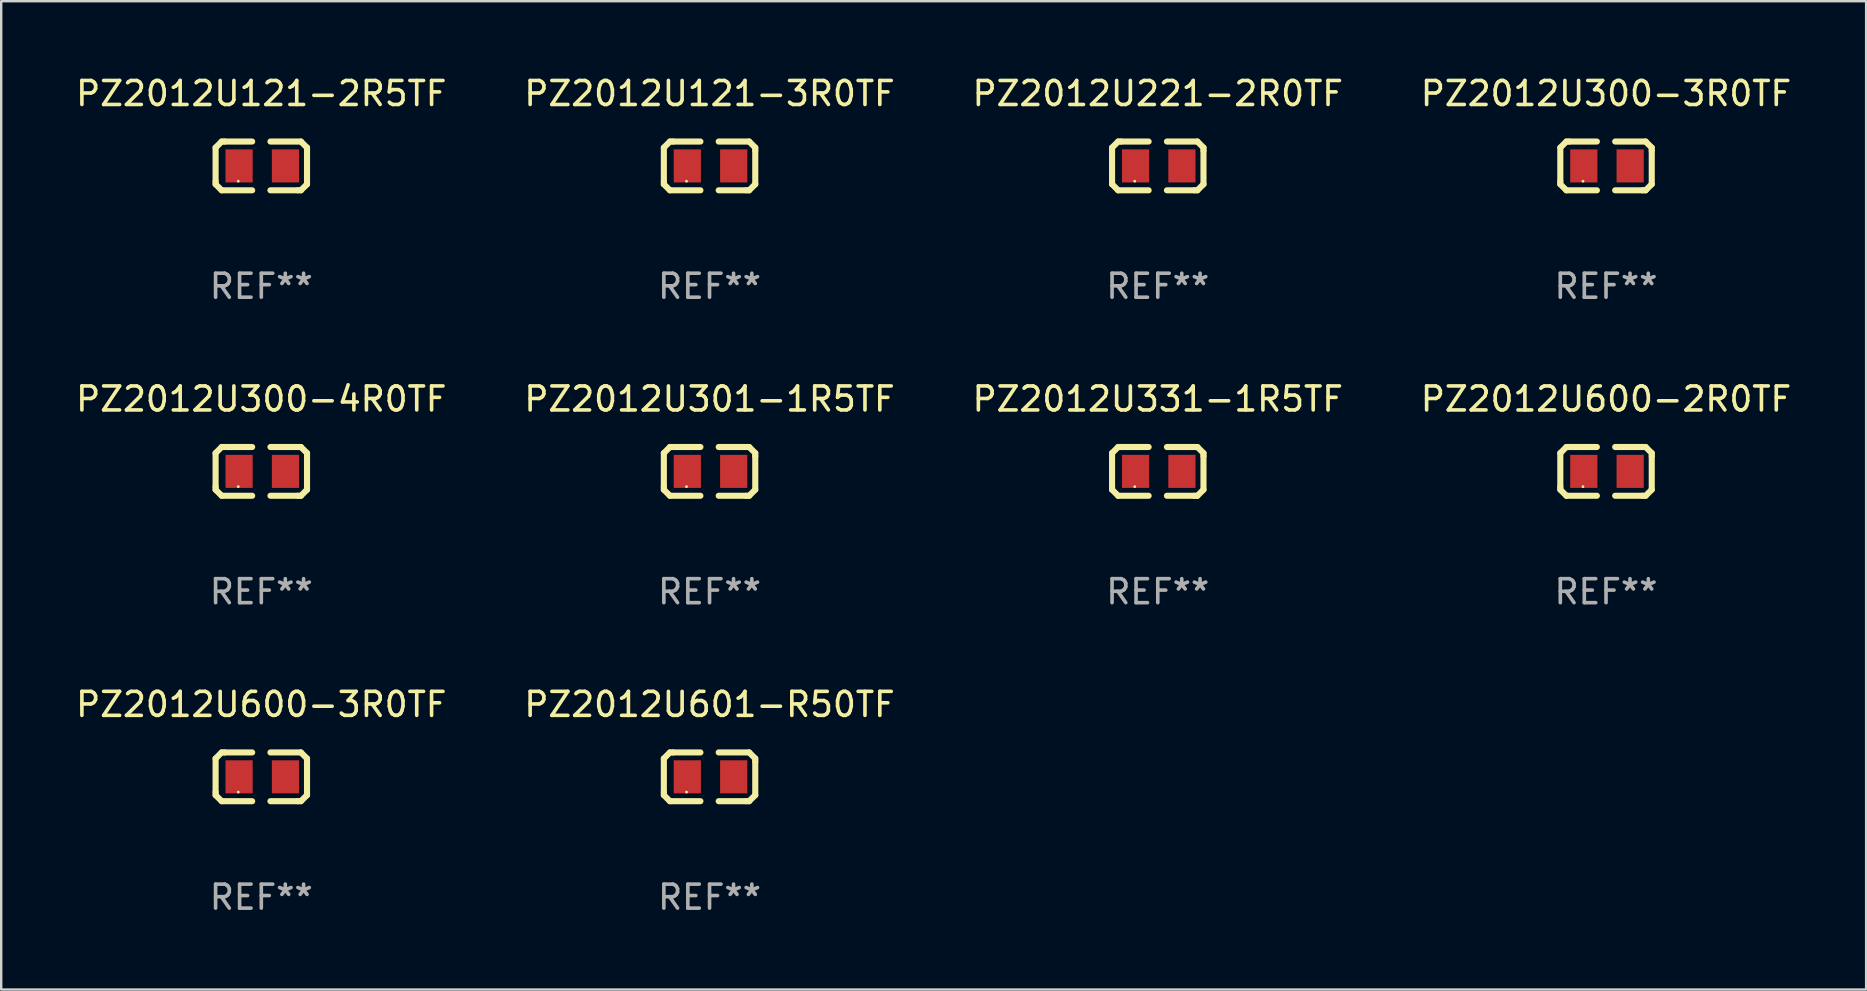
<source format=kicad_pcb>
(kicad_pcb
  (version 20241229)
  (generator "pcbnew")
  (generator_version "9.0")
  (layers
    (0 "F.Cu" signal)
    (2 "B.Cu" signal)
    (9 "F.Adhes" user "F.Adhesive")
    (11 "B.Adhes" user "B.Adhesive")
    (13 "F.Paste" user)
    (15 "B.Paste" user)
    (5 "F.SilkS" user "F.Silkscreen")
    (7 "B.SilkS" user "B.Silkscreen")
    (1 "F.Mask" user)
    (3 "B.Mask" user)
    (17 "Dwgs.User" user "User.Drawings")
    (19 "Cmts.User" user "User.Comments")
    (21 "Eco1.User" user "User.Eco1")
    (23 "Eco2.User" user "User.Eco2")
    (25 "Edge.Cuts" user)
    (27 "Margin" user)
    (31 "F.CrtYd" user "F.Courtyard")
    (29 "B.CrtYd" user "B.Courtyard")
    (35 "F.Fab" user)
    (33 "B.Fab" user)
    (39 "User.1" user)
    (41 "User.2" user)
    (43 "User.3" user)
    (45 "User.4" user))
  (footprint "PZ2012U301-1R5TF"
    (layer "F.Cu")
    (at 26.518 16.593)
    (property "Reference" "PZ2012U301-1R5TF" (at 0 -3.016 0) (layer "F.SilkS") (effects (font (size 1 1) (thickness 0.15))))
    (attr through_hole)
    (fp_line (start -1.905 -0.762) (end -1.905 0.635) (stroke (width 0.254) (type solid)) (layer "F.SilkS"))
    (fp_line (start -1.905 0.635) (end -1.905 0.762) (stroke (width 0.254) (type solid)) (layer "F.SilkS"))
    (fp_line (start -1.905 0.762) (end -1.651 1.016) (stroke (width 0.254) (type solid)) (layer "F.SilkS"))
    (fp_line (start -1.651 -1.016) (end -1.905 -0.762) (stroke (width 0.254) (type solid)) (layer "F.SilkS"))
    (fp_line (start -1.651 1.016) (end -0.381 1.016) (stroke (width 0.254) (type solid)) (layer "F.SilkS"))
    (fp_line (start -1.524 -1.016) (end -1.651 -1.016) (stroke (width 0.254) (type solid)) (layer "F.SilkS"))
    (fp_line (start -0.381 -1.016) (end -1.524 -1.016) (stroke (width 0.254) (type solid)) (layer "F.SilkS"))
    (fp_line (start 0.381 1.016) (end 1.524 1.016) (stroke (width 0.254) (type solid)) (layer "F.SilkS"))
    (fp_line (start 1.524 1.016) (end 1.651 1.016) (stroke (width 0.254) (type solid)) (layer "F.SilkS"))
    (fp_line (start 1.651 -1.016) (end 0.381 -1.016) (stroke (width 0.254) (type solid)) (layer "F.SilkS"))
    (fp_line (start 1.651 1.016) (end 1.905 0.762) (stroke (width 0.254) (type solid)) (layer "F.SilkS"))
    (fp_line (start 1.905 -0.762) (end 1.651 -1.016) (stroke (width 0.254) (type solid)) (layer "F.SilkS"))
    (fp_line (start 1.905 -0.635) (end 1.905 -0.762) (stroke (width 0.254) (type solid)) (layer "F.SilkS"))
    (fp_line (start 1.905 0.762) (end 1.905 -0.635) (stroke (width 0.254) (type solid)) (layer "F.SilkS"))
    (fp_circle (center -0.96 0.637) (end -0.93 0.637) (stroke (width 0.06) (type solid)) (fill no) (layer "F.SilkS"))
    (fp_text user "REF**" (at 0 5.016 0) (layer "F.Fab") (effects (font (size 1 1) (thickness 0.15))))
    (pad "1" smd rect (at -0.926 -0.000051) (size 1.133 1.377) (layers "F.Cu" "F.Mask" "F.Paste"))
    (pad "2" smd rect (at 1.006 -0.000051) (size 1.133 1.377) (layers "F.Cu" "F.Mask" "F.Paste")))
  (footprint "PZ2012U601-R50TF"
    (layer "F.Cu")
    (at 26.518 29.321)
    (property "Reference" "PZ2012U601-R50TF" (at 0 -3.016 0) (layer "F.SilkS") (effects (font (size 1 1) (thickness 0.15))))
    (attr through_hole)
    (fp_line (start -1.905 -0.762) (end -1.905 0.635) (stroke (width 0.254) (type solid)) (layer "F.SilkS"))
    (fp_line (start -1.905 0.635) (end -1.905 0.762) (stroke (width 0.254) (type solid)) (layer "F.SilkS"))
    (fp_line (start -1.905 0.762) (end -1.651 1.016) (stroke (width 0.254) (type solid)) (layer "F.SilkS"))
    (fp_line (start -1.651 -1.016) (end -1.905 -0.762) (stroke (width 0.254) (type solid)) (layer "F.SilkS"))
    (fp_line (start -1.651 1.016) (end -0.381 1.016) (stroke (width 0.254) (type solid)) (layer "F.SilkS"))
    (fp_line (start -1.524 -1.016) (end -1.651 -1.016) (stroke (width 0.254) (type solid)) (layer "F.SilkS"))
    (fp_line (start -0.381 -1.016) (end -1.524 -1.016) (stroke (width 0.254) (type solid)) (layer "F.SilkS"))
    (fp_line (start 0.381 1.016) (end 1.524 1.016) (stroke (width 0.254) (type solid)) (layer "F.SilkS"))
    (fp_line (start 1.524 1.016) (end 1.651 1.016) (stroke (width 0.254) (type solid)) (layer "F.SilkS"))
    (fp_line (start 1.651 -1.016) (end 0.381 -1.016) (stroke (width 0.254) (type solid)) (layer "F.SilkS"))
    (fp_line (start 1.651 1.016) (end 1.905 0.762) (stroke (width 0.254) (type solid)) (layer "F.SilkS"))
    (fp_line (start 1.905 -0.762) (end 1.651 -1.016) (stroke (width 0.254) (type solid)) (layer "F.SilkS"))
    (fp_line (start 1.905 -0.635) (end 1.905 -0.762) (stroke (width 0.254) (type solid)) (layer "F.SilkS"))
    (fp_line (start 1.905 0.762) (end 1.905 -0.635) (stroke (width 0.254) (type solid)) (layer "F.SilkS"))
    (fp_circle (center -0.96 0.637) (end -0.93 0.637) (stroke (width 0.06) (type solid)) (fill no) (layer "F.SilkS"))
    (fp_text user "REF**" (at 0 5.016 0) (layer "F.Fab") (effects (font (size 1 1) (thickness 0.15))))
    (pad "1" smd rect (at -0.926 -0.000051) (size 1.133 1.377) (layers "F.Cu" "F.Mask" "F.Paste"))
    (pad "2" smd rect (at 1.006 -0.000051) (size 1.133 1.377) (layers "F.Cu" "F.Mask" "F.Paste")))
  (footprint "PZ2012U300-3R0TF"
    (layer "F.Cu")
    (at 63.875 3.864)
    (property "Reference" "PZ2012U300-3R0TF" (at 0 -3.016 0) (layer "F.SilkS") (effects (font (size 1 1) (thickness 0.15))))
    (attr through_hole)
    (fp_line (start -1.905 -0.762) (end -1.905 0.635) (stroke (width 0.254) (type solid)) (layer "F.SilkS"))
    (fp_line (start -1.905 0.635) (end -1.905 0.762) (stroke (width 0.254) (type solid)) (layer "F.SilkS"))
    (fp_line (start -1.905 0.762) (end -1.651 1.016) (stroke (width 0.254) (type solid)) (layer "F.SilkS"))
    (fp_line (start -1.651 -1.016) (end -1.905 -0.762) (stroke (width 0.254) (type solid)) (layer "F.SilkS"))
    (fp_line (start -1.651 1.016) (end -0.381 1.016) (stroke (width 0.254) (type solid)) (layer "F.SilkS"))
    (fp_line (start -1.524 -1.016) (end -1.651 -1.016) (stroke (width 0.254) (type solid)) (layer "F.SilkS"))
    (fp_line (start -0.381 -1.016) (end -1.524 -1.016) (stroke (width 0.254) (type solid)) (layer "F.SilkS"))
    (fp_line (start 0.381 1.016) (end 1.524 1.016) (stroke (width 0.254) (type solid)) (layer "F.SilkS"))
    (fp_line (start 1.524 1.016) (end 1.651 1.016) (stroke (width 0.254) (type solid)) (layer "F.SilkS"))
    (fp_line (start 1.651 -1.016) (end 0.381 -1.016) (stroke (width 0.254) (type solid)) (layer "F.SilkS"))
    (fp_line (start 1.651 1.016) (end 1.905 0.762) (stroke (width 0.254) (type solid)) (layer "F.SilkS"))
    (fp_line (start 1.905 -0.762) (end 1.651 -1.016) (stroke (width 0.254) (type solid)) (layer "F.SilkS"))
    (fp_line (start 1.905 -0.635) (end 1.905 -0.762) (stroke (width 0.254) (type solid)) (layer "F.SilkS"))
    (fp_line (start 1.905 0.762) (end 1.905 -0.635) (stroke (width 0.254) (type solid)) (layer "F.SilkS"))
    (fp_circle (center -0.96 0.637) (end -0.93 0.637) (stroke (width 0.06) (type solid)) (fill no) (layer "F.SilkS"))
    (fp_text user "REF**" (at 0 5.016 0) (layer "F.Fab") (effects (font (size 1 1) (thickness 0.15))))
    (pad "1" smd rect (at -0.926 -0.000051) (size 1.133 1.377) (layers "F.Cu" "F.Mask" "F.Paste"))
    (pad "2" smd rect (at 1.006 -0.000051) (size 1.133 1.377) (layers "F.Cu" "F.Mask" "F.Paste")))
  (footprint "PZ2012U600-2R0TF"
    (layer "F.Cu")
    (at 63.875 16.593)
    (property "Reference" "PZ2012U600-2R0TF" (at 0 -3.016 0) (layer "F.SilkS") (effects (font (size 1 1) (thickness 0.15))))
    (attr through_hole)
    (fp_line (start -1.905 -0.762) (end -1.905 0.635) (stroke (width 0.254) (type solid)) (layer "F.SilkS"))
    (fp_line (start -1.905 0.635) (end -1.905 0.762) (stroke (width 0.254) (type solid)) (layer "F.SilkS"))
    (fp_line (start -1.905 0.762) (end -1.651 1.016) (stroke (width 0.254) (type solid)) (layer "F.SilkS"))
    (fp_line (start -1.651 -1.016) (end -1.905 -0.762) (stroke (width 0.254) (type solid)) (layer "F.SilkS"))
    (fp_line (start -1.651 1.016) (end -0.381 1.016) (stroke (width 0.254) (type solid)) (layer "F.SilkS"))
    (fp_line (start -1.524 -1.016) (end -1.651 -1.016) (stroke (width 0.254) (type solid)) (layer "F.SilkS"))
    (fp_line (start -0.381 -1.016) (end -1.524 -1.016) (stroke (width 0.254) (type solid)) (layer "F.SilkS"))
    (fp_line (start 0.381 1.016) (end 1.524 1.016) (stroke (width 0.254) (type solid)) (layer "F.SilkS"))
    (fp_line (start 1.524 1.016) (end 1.651 1.016) (stroke (width 0.254) (type solid)) (layer "F.SilkS"))
    (fp_line (start 1.651 -1.016) (end 0.381 -1.016) (stroke (width 0.254) (type solid)) (layer "F.SilkS"))
    (fp_line (start 1.651 1.016) (end 1.905 0.762) (stroke (width 0.254) (type solid)) (layer "F.SilkS"))
    (fp_line (start 1.905 -0.762) (end 1.651 -1.016) (stroke (width 0.254) (type solid)) (layer "F.SilkS"))
    (fp_line (start 1.905 -0.635) (end 1.905 -0.762) (stroke (width 0.254) (type solid)) (layer "F.SilkS"))
    (fp_line (start 1.905 0.762) (end 1.905 -0.635) (stroke (width 0.254) (type solid)) (layer "F.SilkS"))
    (fp_circle (center -0.96 0.637) (end -0.93 0.637) (stroke (width 0.06) (type solid)) (fill no) (layer "F.SilkS"))
    (fp_text user "REF**" (at 0 5.016 0) (layer "F.Fab") (effects (font (size 1 1) (thickness 0.15))))
    (pad "1" smd rect (at -0.926 -0.000051) (size 1.133 1.377) (layers "F.Cu" "F.Mask" "F.Paste"))
    (pad "2" smd rect (at 1.006 -0.000051) (size 1.133 1.377) (layers "F.Cu" "F.Mask" "F.Paste")))
  (footprint "PZ2012U300-4R0TF"
    (layer "F.Cu")
    (at 7.839 16.593)
    (property "Reference" "PZ2012U300-4R0TF" (at 0 -3.016 0) (layer "F.SilkS") (effects (font (size 1 1) (thickness 0.15))))
    (attr through_hole)
    (fp_line (start -1.905 -0.762) (end -1.905 0.635) (stroke (width 0.254) (type solid)) (layer "F.SilkS"))
    (fp_line (start -1.905 0.635) (end -1.905 0.762) (stroke (width 0.254) (type solid)) (layer "F.SilkS"))
    (fp_line (start -1.905 0.762) (end -1.651 1.016) (stroke (width 0.254) (type solid)) (layer "F.SilkS"))
    (fp_line (start -1.651 -1.016) (end -1.905 -0.762) (stroke (width 0.254) (type solid)) (layer "F.SilkS"))
    (fp_line (start -1.651 1.016) (end -0.381 1.016) (stroke (width 0.254) (type solid)) (layer "F.SilkS"))
    (fp_line (start -1.524 -1.016) (end -1.651 -1.016) (stroke (width 0.254) (type solid)) (layer "F.SilkS"))
    (fp_line (start -0.381 -1.016) (end -1.524 -1.016) (stroke (width 0.254) (type solid)) (layer "F.SilkS"))
    (fp_line (start 0.381 1.016) (end 1.524 1.016) (stroke (width 0.254) (type solid)) (layer "F.SilkS"))
    (fp_line (start 1.524 1.016) (end 1.651 1.016) (stroke (width 0.254) (type solid)) (layer "F.SilkS"))
    (fp_line (start 1.651 -1.016) (end 0.381 -1.016) (stroke (width 0.254) (type solid)) (layer "F.SilkS"))
    (fp_line (start 1.651 1.016) (end 1.905 0.762) (stroke (width 0.254) (type solid)) (layer "F.SilkS"))
    (fp_line (start 1.905 -0.762) (end 1.651 -1.016) (stroke (width 0.254) (type solid)) (layer "F.SilkS"))
    (fp_line (start 1.905 -0.635) (end 1.905 -0.762) (stroke (width 0.254) (type solid)) (layer "F.SilkS"))
    (fp_line (start 1.905 0.762) (end 1.905 -0.635) (stroke (width 0.254) (type solid)) (layer "F.SilkS"))
    (fp_circle (center -0.96 0.637) (end -0.93 0.637) (stroke (width 0.06) (type solid)) (fill no) (layer "F.SilkS"))
    (fp_text user "REF**" (at 0 5.016 0) (layer "F.Fab") (effects (font (size 1 1) (thickness 0.15))))
    (pad "1" smd rect (at -0.926 -0.000051) (size 1.133 1.377) (layers "F.Cu" "F.Mask" "F.Paste"))
    (pad "2" smd rect (at 1.006 -0.000051) (size 1.133 1.377) (layers "F.Cu" "F.Mask" "F.Paste")))
  (footprint "PZ2012U121-3R0TF"
    (layer "F.Cu")
    (at 26.518 3.864)
    (property "Reference" "PZ2012U121-3R0TF" (at 0 -3.016 0) (layer "F.SilkS") (effects (font (size 1 1) (thickness 0.15))))
    (attr through_hole)
    (fp_line (start -1.905 -0.762) (end -1.905 0.635) (stroke (width 0.254) (type solid)) (layer "F.SilkS"))
    (fp_line (start -1.905 0.635) (end -1.905 0.762) (stroke (width 0.254) (type solid)) (layer "F.SilkS"))
    (fp_line (start -1.905 0.762) (end -1.651 1.016) (stroke (width 0.254) (type solid)) (layer "F.SilkS"))
    (fp_line (start -1.651 -1.016) (end -1.905 -0.762) (stroke (width 0.254) (type solid)) (layer "F.SilkS"))
    (fp_line (start -1.651 1.016) (end -0.381 1.016) (stroke (width 0.254) (type solid)) (layer "F.SilkS"))
    (fp_line (start -1.524 -1.016) (end -1.651 -1.016) (stroke (width 0.254) (type solid)) (layer "F.SilkS"))
    (fp_line (start -0.381 -1.016) (end -1.524 -1.016) (stroke (width 0.254) (type solid)) (layer "F.SilkS"))
    (fp_line (start 0.381 1.016) (end 1.524 1.016) (stroke (width 0.254) (type solid)) (layer "F.SilkS"))
    (fp_line (start 1.524 1.016) (end 1.651 1.016) (stroke (width 0.254) (type solid)) (layer "F.SilkS"))
    (fp_line (start 1.651 -1.016) (end 0.381 -1.016) (stroke (width 0.254) (type solid)) (layer "F.SilkS"))
    (fp_line (start 1.651 1.016) (end 1.905 0.762) (stroke (width 0.254) (type solid)) (layer "F.SilkS"))
    (fp_line (start 1.905 -0.762) (end 1.651 -1.016) (stroke (width 0.254) (type solid)) (layer "F.SilkS"))
    (fp_line (start 1.905 -0.635) (end 1.905 -0.762) (stroke (width 0.254) (type solid)) (layer "F.SilkS"))
    (fp_line (start 1.905 0.762) (end 1.905 -0.635) (stroke (width 0.254) (type solid)) (layer "F.SilkS"))
    (fp_circle (center -0.96 0.637) (end -0.93 0.637) (stroke (width 0.06) (type solid)) (fill no) (layer "F.SilkS"))
    (fp_text user "REF**" (at 0 5.016 0) (layer "F.Fab") (effects (font (size 1 1) (thickness 0.15))))
    (pad "1" smd rect (at -0.926 -0.000051) (size 1.133 1.377) (layers "F.Cu" "F.Mask" "F.Paste"))
    (pad "2" smd rect (at 1.006 -0.000051) (size 1.133 1.377) (layers "F.Cu" "F.Mask" "F.Paste")))
  (footprint "PZ2012U121-2R5TF"
    (layer "F.Cu")
    (at 7.839 3.864)
    (property "Reference" "PZ2012U121-2R5TF" (at 0 -3.016 0) (layer "F.SilkS") (effects (font (size 1 1) (thickness 0.15))))
    (attr through_hole)
    (fp_line (start -1.905 -0.762) (end -1.905 0.635) (stroke (width 0.254) (type solid)) (layer "F.SilkS"))
    (fp_line (start -1.905 0.635) (end -1.905 0.762) (stroke (width 0.254) (type solid)) (layer "F.SilkS"))
    (fp_line (start -1.905 0.762) (end -1.651 1.016) (stroke (width 0.254) (type solid)) (layer "F.SilkS"))
    (fp_line (start -1.651 -1.016) (end -1.905 -0.762) (stroke (width 0.254) (type solid)) (layer "F.SilkS"))
    (fp_line (start -1.651 1.016) (end -0.381 1.016) (stroke (width 0.254) (type solid)) (layer "F.SilkS"))
    (fp_line (start -1.524 -1.016) (end -1.651 -1.016) (stroke (width 0.254) (type solid)) (layer "F.SilkS"))
    (fp_line (start -0.381 -1.016) (end -1.524 -1.016) (stroke (width 0.254) (type solid)) (layer "F.SilkS"))
    (fp_line (start 0.381 1.016) (end 1.524 1.016) (stroke (width 0.254) (type solid)) (layer "F.SilkS"))
    (fp_line (start 1.524 1.016) (end 1.651 1.016) (stroke (width 0.254) (type solid)) (layer "F.SilkS"))
    (fp_line (start 1.651 -1.016) (end 0.381 -1.016) (stroke (width 0.254) (type solid)) (layer "F.SilkS"))
    (fp_line (start 1.651 1.016) (end 1.905 0.762) (stroke (width 0.254) (type solid)) (layer "F.SilkS"))
    (fp_line (start 1.905 -0.762) (end 1.651 -1.016) (stroke (width 0.254) (type solid)) (layer "F.SilkS"))
    (fp_line (start 1.905 -0.635) (end 1.905 -0.762) (stroke (width 0.254) (type solid)) (layer "F.SilkS"))
    (fp_line (start 1.905 0.762) (end 1.905 -0.635) (stroke (width 0.254) (type solid)) (layer "F.SilkS"))
    (fp_circle (center -0.96 0.637) (end -0.93 0.637) (stroke (width 0.06) (type solid)) (fill no) (layer "F.SilkS"))
    (fp_text user "REF**" (at 0 5.016 0) (layer "F.Fab") (effects (font (size 1 1) (thickness 0.15))))
    (pad "1" smd rect (at -0.926 -0.000051) (size 1.133 1.377) (layers "F.Cu" "F.Mask" "F.Paste"))
    (pad "2" smd rect (at 1.006 -0.000051) (size 1.133 1.377) (layers "F.Cu" "F.Mask" "F.Paste")))
  (footprint "PZ2012U600-3R0TF"
    (layer "F.Cu")
    (at 7.839 29.321)
    (property "Reference" "PZ2012U600-3R0TF" (at 0 -3.016 0) (layer "F.SilkS") (effects (font (size 1 1) (thickness 0.15))))
    (attr through_hole)
    (fp_line (start -1.905 -0.762) (end -1.905 0.635) (stroke (width 0.254) (type solid)) (layer "F.SilkS"))
    (fp_line (start -1.905 0.635) (end -1.905 0.762) (stroke (width 0.254) (type solid)) (layer "F.SilkS"))
    (fp_line (start -1.905 0.762) (end -1.651 1.016) (stroke (width 0.254) (type solid)) (layer "F.SilkS"))
    (fp_line (start -1.651 -1.016) (end -1.905 -0.762) (stroke (width 0.254) (type solid)) (layer "F.SilkS"))
    (fp_line (start -1.651 1.016) (end -0.381 1.016) (stroke (width 0.254) (type solid)) (layer "F.SilkS"))
    (fp_line (start -1.524 -1.016) (end -1.651 -1.016) (stroke (width 0.254) (type solid)) (layer "F.SilkS"))
    (fp_line (start -0.381 -1.016) (end -1.524 -1.016) (stroke (width 0.254) (type solid)) (layer "F.SilkS"))
    (fp_line (start 0.381 1.016) (end 1.524 1.016) (stroke (width 0.254) (type solid)) (layer "F.SilkS"))
    (fp_line (start 1.524 1.016) (end 1.651 1.016) (stroke (width 0.254) (type solid)) (layer "F.SilkS"))
    (fp_line (start 1.651 -1.016) (end 0.381 -1.016) (stroke (width 0.254) (type solid)) (layer "F.SilkS"))
    (fp_line (start 1.651 1.016) (end 1.905 0.762) (stroke (width 0.254) (type solid)) (layer "F.SilkS"))
    (fp_line (start 1.905 -0.762) (end 1.651 -1.016) (stroke (width 0.254) (type solid)) (layer "F.SilkS"))
    (fp_line (start 1.905 -0.635) (end 1.905 -0.762) (stroke (width 0.254) (type solid)) (layer "F.SilkS"))
    (fp_line (start 1.905 0.762) (end 1.905 -0.635) (stroke (width 0.254) (type solid)) (layer "F.SilkS"))
    (fp_circle (center -0.96 0.637) (end -0.93 0.637) (stroke (width 0.06) (type solid)) (fill no) (layer "F.SilkS"))
    (fp_text user "REF**" (at 0 5.016 0) (layer "F.Fab") (effects (font (size 1 1) (thickness 0.15))))
    (pad "1" smd rect (at -0.926 -0.000051) (size 1.133 1.377) (layers "F.Cu" "F.Mask" "F.Paste"))
    (pad "2" smd rect (at 1.006 -0.000051) (size 1.133 1.377) (layers "F.Cu" "F.Mask" "F.Paste")))
  (footprint "PZ2012U331-1R5TF"
    (layer "F.Cu")
    (at 45.196 16.593)
    (property "Reference" "PZ2012U331-1R5TF" (at 0 -3.016 0) (layer "F.SilkS") (effects (font (size 1 1) (thickness 0.15))))
    (attr through_hole)
    (fp_line (start -1.905 -0.762) (end -1.905 0.635) (stroke (width 0.254) (type solid)) (layer "F.SilkS"))
    (fp_line (start -1.905 0.635) (end -1.905 0.762) (stroke (width 0.254) (type solid)) (layer "F.SilkS"))
    (fp_line (start -1.905 0.762) (end -1.651 1.016) (stroke (width 0.254) (type solid)) (layer "F.SilkS"))
    (fp_line (start -1.651 -1.016) (end -1.905 -0.762) (stroke (width 0.254) (type solid)) (layer "F.SilkS"))
    (fp_line (start -1.651 1.016) (end -0.381 1.016) (stroke (width 0.254) (type solid)) (layer "F.SilkS"))
    (fp_line (start -1.524 -1.016) (end -1.651 -1.016) (stroke (width 0.254) (type solid)) (layer "F.SilkS"))
    (fp_line (start -0.381 -1.016) (end -1.524 -1.016) (stroke (width 0.254) (type solid)) (layer "F.SilkS"))
    (fp_line (start 0.381 1.016) (end 1.524 1.016) (stroke (width 0.254) (type solid)) (layer "F.SilkS"))
    (fp_line (start 1.524 1.016) (end 1.651 1.016) (stroke (width 0.254) (type solid)) (layer "F.SilkS"))
    (fp_line (start 1.651 -1.016) (end 0.381 -1.016) (stroke (width 0.254) (type solid)) (layer "F.SilkS"))
    (fp_line (start 1.651 1.016) (end 1.905 0.762) (stroke (width 0.254) (type solid)) (layer "F.SilkS"))
    (fp_line (start 1.905 -0.762) (end 1.651 -1.016) (stroke (width 0.254) (type solid)) (layer "F.SilkS"))
    (fp_line (start 1.905 -0.635) (end 1.905 -0.762) (stroke (width 0.254) (type solid)) (layer "F.SilkS"))
    (fp_line (start 1.905 0.762) (end 1.905 -0.635) (stroke (width 0.254) (type solid)) (layer "F.SilkS"))
    (fp_circle (center -0.96 0.637) (end -0.93 0.637) (stroke (width 0.06) (type solid)) (fill no) (layer "F.SilkS"))
    (fp_text user "REF**" (at 0 5.016 0) (layer "F.Fab") (effects (font (size 1 1) (thickness 0.15))))
    (pad "1" smd rect (at -0.926 -0.000051) (size 1.133 1.377) (layers "F.Cu" "F.Mask" "F.Paste"))
    (pad "2" smd rect (at 1.006 -0.000051) (size 1.133 1.377) (layers "F.Cu" "F.Mask" "F.Paste")))
  (footprint "PZ2012U221-2R0TF"
    (layer "F.Cu")
    (at 45.196 3.864)
    (property "Reference" "PZ2012U221-2R0TF" (at 0 -3.016 0) (layer "F.SilkS") (effects (font (size 1 1) (thickness 0.15))))
    (attr through_hole)
    (fp_line (start -1.905 -0.762) (end -1.905 0.635) (stroke (width 0.254) (type solid)) (layer "F.SilkS"))
    (fp_line (start -1.905 0.635) (end -1.905 0.762) (stroke (width 0.254) (type solid)) (layer "F.SilkS"))
    (fp_line (start -1.905 0.762) (end -1.651 1.016) (stroke (width 0.254) (type solid)) (layer "F.SilkS"))
    (fp_line (start -1.651 -1.016) (end -1.905 -0.762) (stroke (width 0.254) (type solid)) (layer "F.SilkS"))
    (fp_line (start -1.651 1.016) (end -0.381 1.016) (stroke (width 0.254) (type solid)) (layer "F.SilkS"))
    (fp_line (start -1.524 -1.016) (end -1.651 -1.016) (stroke (width 0.254) (type solid)) (layer "F.SilkS"))
    (fp_line (start -0.381 -1.016) (end -1.524 -1.016) (stroke (width 0.254) (type solid)) (layer "F.SilkS"))
    (fp_line (start 0.381 1.016) (end 1.524 1.016) (stroke (width 0.254) (type solid)) (layer "F.SilkS"))
    (fp_line (start 1.524 1.016) (end 1.651 1.016) (stroke (width 0.254) (type solid)) (layer "F.SilkS"))
    (fp_line (start 1.651 -1.016) (end 0.381 -1.016) (stroke (width 0.254) (type solid)) (layer "F.SilkS"))
    (fp_line (start 1.651 1.016) (end 1.905 0.762) (stroke (width 0.254) (type solid)) (layer "F.SilkS"))
    (fp_line (start 1.905 -0.762) (end 1.651 -1.016) (stroke (width 0.254) (type solid)) (layer "F.SilkS"))
    (fp_line (start 1.905 -0.635) (end 1.905 -0.762) (stroke (width 0.254) (type solid)) (layer "F.SilkS"))
    (fp_line (start 1.905 0.762) (end 1.905 -0.635) (stroke (width 0.254) (type solid)) (layer "F.SilkS"))
    (fp_circle (center -0.96 0.637) (end -0.93 0.637) (stroke (width 0.06) (type solid)) (fill no) (layer "F.SilkS"))
    (fp_text user "REF**" (at 0 5.016 0) (layer "F.Fab") (effects (font (size 1 1) (thickness 0.15))))
    (pad "1" smd rect (at -0.926 -0.000051) (size 1.133 1.377) (layers "F.Cu" "F.Mask" "F.Paste"))
    (pad "2" smd rect (at 1.006 -0.000051) (size 1.133 1.377) (layers "F.Cu" "F.Mask" "F.Paste")))
  (gr_rect
    (start -3 -3)
    (end 74.714 38.186)
    (stroke (width 0.1) (type default))
    (fill no)
    (layer "Edge.Cuts")))
</source>
